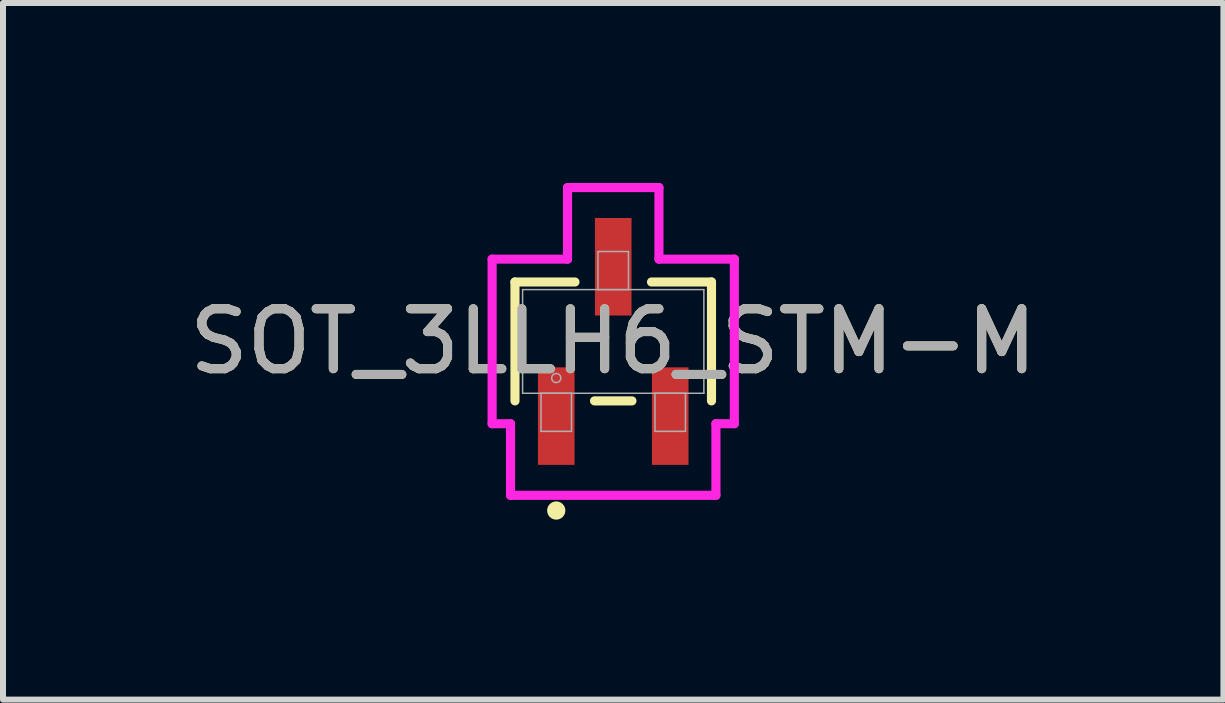
<source format=kicad_pcb>
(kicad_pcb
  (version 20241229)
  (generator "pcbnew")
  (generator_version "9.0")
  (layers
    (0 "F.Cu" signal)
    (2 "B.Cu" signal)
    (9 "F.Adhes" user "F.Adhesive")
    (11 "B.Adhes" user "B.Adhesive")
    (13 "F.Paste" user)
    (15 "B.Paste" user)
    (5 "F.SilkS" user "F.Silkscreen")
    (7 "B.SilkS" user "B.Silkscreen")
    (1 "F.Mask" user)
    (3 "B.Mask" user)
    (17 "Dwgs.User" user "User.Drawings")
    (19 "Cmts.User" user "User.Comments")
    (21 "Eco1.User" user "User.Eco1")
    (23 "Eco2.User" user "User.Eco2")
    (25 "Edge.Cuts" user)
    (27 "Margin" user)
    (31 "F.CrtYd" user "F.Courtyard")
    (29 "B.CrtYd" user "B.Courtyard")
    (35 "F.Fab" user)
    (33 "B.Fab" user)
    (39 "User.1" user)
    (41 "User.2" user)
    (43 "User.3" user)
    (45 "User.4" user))
  (footprint "SOT_3LLH6_STM-M"
    (layer "F.Cu")
    (at 7.173 2.642)
    (property "Reference" "SOT_3LLH6_STM-M" (at 0 0 0) (unlocked yes) (layer "F.SilkS") (effects (font (size 1 1) (thickness 0.15))))
    (attr smd)
    (fp_line (start -1.638 -0.991) (end -1.638 0.991) (stroke (width 0.152) (type solid)) (layer "F.SilkS"))
    (fp_line (start -0.638 -0.991) (end -1.638 -0.991) (stroke (width 0.152) (type solid)) (layer "F.SilkS"))
    (fp_line (start -0.312 0.991) (end 0.312 0.991) (stroke (width 0.152) (type solid)) (layer "F.SilkS"))
    (fp_line (start 1.638 -0.991) (end 0.638 -0.991) (stroke (width 0.152) (type solid)) (layer "F.SilkS"))
    (fp_line (start 1.638 0.991) (end 1.638 -0.991) (stroke (width 0.152) (type solid)) (layer "F.SilkS"))
    (fp_circle (center -0.95 2.819) (end -0.874 2.819) (stroke (width 0.152) (type solid)) (fill no) (layer "F.SilkS"))
    (fp_line (start -2.019 -1.372) (end -0.762 -1.372) (stroke (width 0.152) (type solid)) (layer "F.CrtYd"))
    (fp_line (start -2.019 1.372) (end -2.019 -1.372) (stroke (width 0.152) (type solid)) (layer "F.CrtYd"))
    (fp_line (start -2.019 1.372) (end -1.712 1.372) (stroke (width 0.152) (type solid)) (layer "F.CrtYd"))
    (fp_line (start -1.712 1.372) (end -1.712 2.565) (stroke (width 0.152) (type solid)) (layer "F.CrtYd"))
    (fp_line (start -1.712 2.565) (end 1.712 2.565) (stroke (width 0.152) (type solid)) (layer "F.CrtYd"))
    (fp_line (start -0.762 -2.565) (end 0.762 -2.565) (stroke (width 0.152) (type solid)) (layer "F.CrtYd"))
    (fp_line (start -0.762 -1.372) (end -0.762 -2.565) (stroke (width 0.152) (type solid)) (layer "F.CrtYd"))
    (fp_line (start 0.762 -1.372) (end 0.762 -2.565) (stroke (width 0.152) (type solid)) (layer "F.CrtYd"))
    (fp_line (start 1.712 1.372) (end 1.712 2.565) (stroke (width 0.152) (type solid)) (layer "F.CrtYd"))
    (fp_line (start 2.019 -1.372) (end 0.762 -1.372) (stroke (width 0.152) (type solid)) (layer "F.CrtYd"))
    (fp_line (start 2.019 -1.372) (end 2.019 1.372) (stroke (width 0.152) (type solid)) (layer "F.CrtYd"))
    (fp_line (start 2.019 1.372) (end 1.712 1.372) (stroke (width 0.152) (type solid)) (layer "F.CrtYd"))
    (fp_line (start -1.511 -0.864) (end -1.511 0.864) (stroke (width 0.025) (type solid)) (layer "F.Fab"))
    (fp_line (start -1.511 0.864) (end 1.511 0.864) (stroke (width 0.025) (type solid)) (layer "F.Fab"))
    (fp_line (start -1.204 0.864) (end -1.204 1.499) (stroke (width 0.025) (type solid)) (layer "F.Fab"))
    (fp_line (start -1.204 1.499) (end -0.696 1.499) (stroke (width 0.025) (type solid)) (layer "F.Fab"))
    (fp_line (start -0.696 0.864) (end -1.204 0.864) (stroke (width 0.025) (type solid)) (layer "F.Fab"))
    (fp_line (start -0.696 1.499) (end -0.696 0.864) (stroke (width 0.025) (type solid)) (layer "F.Fab"))
    (fp_line (start -0.254 -1.499) (end -0.254 -0.864) (stroke (width 0.025) (type solid)) (layer "F.Fab"))
    (fp_line (start -0.254 -0.864) (end 0.254 -0.864) (stroke (width 0.025) (type solid)) (layer "F.Fab"))
    (fp_line (start 0.254 -1.499) (end -0.254 -1.499) (stroke (width 0.025) (type solid)) (layer "F.Fab"))
    (fp_line (start 0.254 -0.864) (end 0.254 -1.499) (stroke (width 0.025) (type solid)) (layer "F.Fab"))
    (fp_line (start 0.696 0.864) (end 0.696 1.499) (stroke (width 0.025) (type solid)) (layer "F.Fab"))
    (fp_line (start 0.696 1.499) (end 1.204 1.499) (stroke (width 0.025) (type solid)) (layer "F.Fab"))
    (fp_line (start 1.204 0.864) (end 0.696 0.864) (stroke (width 0.025) (type solid)) (layer "F.Fab"))
    (fp_line (start 1.204 1.499) (end 1.204 0.864) (stroke (width 0.025) (type solid)) (layer "F.Fab"))
    (fp_line (start 1.511 -0.864) (end -1.511 -0.864) (stroke (width 0.025) (type solid)) (layer "F.Fab"))
    (fp_line (start 1.511 0.864) (end 1.511 -0.864) (stroke (width 0.025) (type solid)) (layer "F.Fab"))
    (fp_circle (center -0.95 0.61) (end -0.874 0.61) (stroke (width 0.025) (type solid)) (fill no) (layer "F.Fab"))
    (fp_text user "${REFERENCE}" (at 0 0 0) (unlocked yes) (layer "F.Fab") (effects (font (size 1 1) (thickness 0.15))))
    (pad "1" smd rect (at -0.95 1.245) (size 0.61 1.626) (layers "F.Cu" "F.Mask" "F.Paste"))
    (pad "2" smd rect (at 0.95 1.245) (size 0.61 1.626) (layers "F.Cu" "F.Mask" "F.Paste"))
    (pad "3" smd rect (at 0 -1.245) (size 0.61 1.626) (layers "F.Cu" "F.Mask" "F.Paste")))
  (gr_rect
    (start -3 -3)
    (end 17.345 8.613)
    (stroke (width 0.1) (type default))
    (fill no)
    (layer "Edge.Cuts")))
</source>
